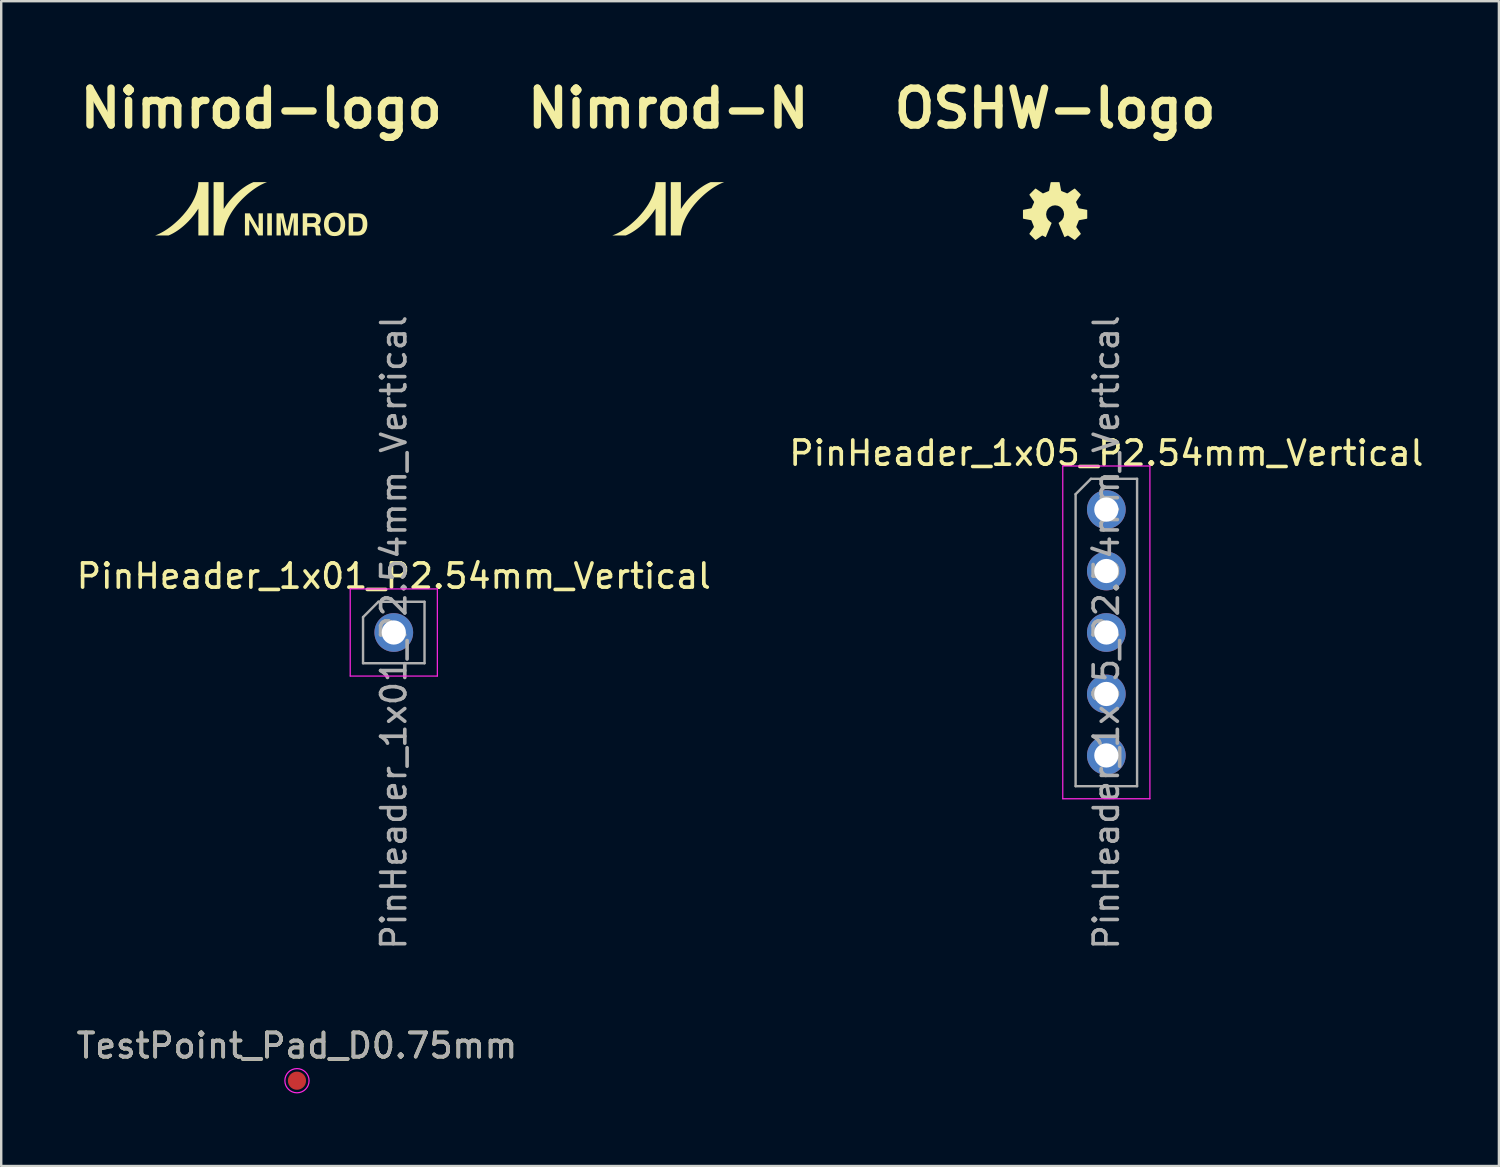
<source format=kicad_pcb>
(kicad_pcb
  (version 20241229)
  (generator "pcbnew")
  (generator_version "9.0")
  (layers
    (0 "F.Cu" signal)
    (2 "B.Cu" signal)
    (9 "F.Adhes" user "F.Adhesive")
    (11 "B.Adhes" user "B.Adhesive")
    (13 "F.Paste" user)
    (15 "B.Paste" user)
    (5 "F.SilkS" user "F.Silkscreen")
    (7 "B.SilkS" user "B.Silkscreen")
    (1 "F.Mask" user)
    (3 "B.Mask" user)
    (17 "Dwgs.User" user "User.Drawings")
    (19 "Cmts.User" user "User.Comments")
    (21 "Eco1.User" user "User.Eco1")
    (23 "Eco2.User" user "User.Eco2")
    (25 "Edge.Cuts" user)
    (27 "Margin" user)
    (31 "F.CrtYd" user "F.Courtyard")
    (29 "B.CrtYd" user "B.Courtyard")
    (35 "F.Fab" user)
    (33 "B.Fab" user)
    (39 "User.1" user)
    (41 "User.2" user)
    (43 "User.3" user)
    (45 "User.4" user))
  (footprint "PinHeader_1x01_P2.54mm_Vertical"
    (layer "F.Cu")
    (at 13.22 23.083)
    (property "Reference" "PinHeader_1x01_P2.54mm_Vertical" (at 0 -2.33 0) (layer "F.SilkS") (effects (font (size 1 1) (thickness 0.15))))
    (attr through_hole)
    (fp_line (start -1.8 -1.8) (end -1.8 1.8) (stroke (width 0.05) (type solid)) (layer "F.CrtYd"))
    (fp_line (start -1.8 1.8) (end 1.8 1.8) (stroke (width 0.05) (type solid)) (layer "F.CrtYd"))
    (fp_line (start 1.8 -1.8) (end -1.8 -1.8) (stroke (width 0.05) (type solid)) (layer "F.CrtYd"))
    (fp_line (start 1.8 1.8) (end 1.8 -1.8) (stroke (width 0.05) (type solid)) (layer "F.CrtYd"))
    (fp_line (start -1.27 -0.635) (end -0.635 -1.27) (stroke (width 0.1) (type solid)) (layer "F.Fab"))
    (fp_line (start -1.27 1.27) (end -1.27 -0.635) (stroke (width 0.1) (type solid)) (layer "F.Fab"))
    (fp_line (start -0.635 -1.27) (end 1.27 -1.27) (stroke (width 0.1) (type solid)) (layer "F.Fab"))
    (fp_line (start 1.27 -1.27) (end 1.27 1.27) (stroke (width 0.1) (type solid)) (layer "F.Fab"))
    (fp_line (start 1.27 1.27) (end -1.27 1.27) (stroke (width 0.1) (type solid)) (layer "F.Fab"))
    (fp_text user "${REFERENCE}" (at 0 0 90) (layer "F.Fab") (effects (font (size 1 1) (thickness 0.15))))
    (pad "1" thru_hole circle (at 0 0) (size 1.6 1.6) (drill 1) (layers "*.Cu" "*.Mask")))
  (footprint "PinHeader_1x05_P2.54mm_Vertical"
    (layer "F.Cu")
    (at 42.661 18.003)
    (property "Reference" "PinHeader_1x05_P2.54mm_Vertical" (at 0 -2.33 0) (layer "F.SilkS") (effects (font (size 1 1) (thickness 0.15))))
    (attr through_hole)
    (fp_line (start -1.8 -1.8) (end -1.8 11.95) (stroke (width 0.05) (type solid)) (layer "F.CrtYd"))
    (fp_line (start -1.8 11.95) (end 1.8 11.95) (stroke (width 0.05) (type solid)) (layer "F.CrtYd"))
    (fp_line (start 1.8 -1.8) (end -1.8 -1.8) (stroke (width 0.05) (type solid)) (layer "F.CrtYd"))
    (fp_line (start 1.8 11.95) (end 1.8 -1.8) (stroke (width 0.05) (type solid)) (layer "F.CrtYd"))
    (fp_line (start -1.27 -0.635) (end -0.635 -1.27) (stroke (width 0.1) (type solid)) (layer "F.Fab"))
    (fp_line (start -1.27 11.43) (end -1.27 -0.635) (stroke (width 0.1) (type solid)) (layer "F.Fab"))
    (fp_line (start -0.635 -1.27) (end 1.27 -1.27) (stroke (width 0.1) (type solid)) (layer "F.Fab"))
    (fp_line (start 1.27 -1.27) (end 1.27 11.43) (stroke (width 0.1) (type solid)) (layer "F.Fab"))
    (fp_line (start 1.27 11.43) (end -1.27 11.43) (stroke (width 0.1) (type solid)) (layer "F.Fab"))
    (fp_text user "${REFERENCE}" (at 0 5.08 90) (layer "F.Fab") (effects (font (size 1 1) (thickness 0.15))))
    (pad "1" thru_hole circle (at 0 0) (size 1.6 1.6) (drill 1) (layers "*.Cu" "*.Mask"))
    (pad "2" thru_hole circle (at 0 2.54) (size 1.6 1.6) (drill 1) (layers "*.Cu" "*.Mask"))
    (pad "3" thru_hole circle (at 0 5.08) (size 1.6 1.6) (drill 1) (layers "*.Cu" "*.Mask"))
    (pad "4" thru_hole circle (at 0 7.62) (size 1.6 1.6) (drill 1) (layers "*.Cu" "*.Mask"))
    (pad "5" thru_hole circle (at 0 10.16) (size 1.6 1.6) (drill 1) (layers "*.Cu" "*.Mask")))
  (footprint "TestPoint_Pad_D0.75mm"
    (layer "F.Cu")
    (at 9.22 41.602)
    (property "Reference" "TestPoint_Pad_D0.75mm" (at 0 -1.448 0) (layer "F.SilkS") (effects (font (size 1 1) (thickness 0.15))))
    (attr smd board_only exclude_from_pos_files exclude_from_bom)
    (fp_circle (center 0 0) (end 0.5 0) (stroke (width 0.05) (type solid)) (fill no) (layer "F.CrtYd"))
    (fp_text user "${REFERENCE}" (at 0 -1.45 0) (layer "F.Fab") (effects (font (size 1 1) (thickness 0.15))))
    (pad "1" smd circle (at 0 0) (size 0.75 0.75) (property pad_prop_testpoint) (layers "F.Cu" "F.Mask")))
  (footprint "Nimrod-logo"
    (layer "F.Cu")
    (at 7.743 5.589)
    (property "Reference" "Nimrod-logo" (at 0 -4.163 0) (layer "F.SilkS") (effects (font (size 1.524 1.524) (thickness 0.305))))
    (attr board_only exclude_from_pos_files exclude_from_bom allow_missing_courtyard)
    (fp_poly (pts (xy 0.25 0.175) (xy 0.25 1.089) (xy 0.439 1.089) (xy 0.439 0.175) (xy 0.25 0.175)) (stroke (width 0) (type solid)) (fill yes) (layer "F.SilkS"))
    (fp_poly (pts (xy -0.673 1.089) (xy -0.673 0.175) (xy -0.473 0.175) (xy -0.109 0.813) (xy -0.109 0.175) (xy 0.069 0.175) (xy 0.069 1.089) (xy -0.122 1.089) (xy -0.495 0.44) (xy -0.495 1.089) (xy -0.673 1.089)) (stroke (width 0) (type solid)) (fill yes) (layer "F.SilkS"))
    (fp_poly (pts (xy 1.076 0.894) (xy 1.241 0.175) (xy 1.516 0.175) (xy 1.516 1.089) (xy 1.338 1.089) (xy 1.338 0.471) (xy 1.338 0.396) (xy 1.339 0.322) (xy 1.166 1.089) (xy 0.98 1.089) (xy 0.809 0.322) (xy 0.809 0.396) (xy 0.81 0.471) (xy 0.81 1.089) (xy 0.632 1.089) (xy 0.632 0.175) (xy 0.91 0.175) (xy 1.076 0.894)) (stroke (width 0) (type solid)) (fill yes) (layer "F.SilkS"))
    (fp_poly (pts (xy 4.148 0.411) (xy 4.344 0.854) (xy 4.367 0.781) (xy 4.381 0.7) (xy 4.385 0.612) (xy 4.381 0.539) (xy 4.368 0.461) (xy 4.343 0.385) (xy 4.303 0.313) (xy 4.259 0.263) (xy 4.207 0.224) (xy 4.147 0.198) (xy 4.084 0.183) (xy 4.006 0.178) (xy 3.612 0.178) (xy 3.612 1.092) (xy 4.006 1.092) (xy 4.084 1.085) (xy 4.154 1.064) (xy 4.216 1.03) (xy 4.268 0.983) (xy 4.312 0.921) (xy 4.344 0.854) (xy 4.148 0.411) (xy 4.172 0.468) (xy 4.187 0.54) (xy 4.191 0.625) (xy 4.184 0.72) (xy 4.162 0.8) (xy 4.118 0.874) (xy 4.055 0.918) (xy 3.974 0.933) (xy 3.798 0.933) (xy 3.798 0.336) (xy 3.974 0.336) (xy 4.051 0.345) (xy 4.109 0.37) (xy 4.148 0.411)) (stroke (width 0) (type solid)) (fill yes) (layer "F.SilkS"))
    (fp_poly (pts (xy 2.216 0.35) (xy 1.715 0.175) (xy 1.715 1.089) (xy 1.901 1.089) (xy 1.901 0.731) (xy 2.098 0.731) (xy 2.169 0.738) (xy 2.214 0.76) (xy 2.237 0.804) (xy 2.245 0.876) (xy 2.247 0.961) (xy 2.255 1.04) (xy 2.267 1.089) (xy 2.477 1.089) (xy 2.477 1.066) (xy 2.443 1.014) (xy 2.438 0.929) (xy 2.438 0.868) (xy 2.431 0.784) (xy 2.411 0.725) (xy 2.376 0.683) (xy 2.322 0.653) (xy 2.387 0.617) (xy 2.43 0.564) (xy 2.455 0.5) (xy 2.463 0.436) (xy 2.459 0.385) (xy 2.446 0.339) (xy 2.399 0.263) (xy 2.359 0.226) (xy 2.311 0.199) (xy 2.248 0.182) (xy 2.163 0.175) (xy 1.715 0.175) (xy 2.216 0.35) (xy 2.258 0.392) (xy 2.272 0.462) (xy 2.257 0.526) (xy 2.214 0.565) (xy 2.174 0.576) (xy 2.118 0.579) (xy 1.901 0.579) (xy 1.901 0.334) (xy 2.123 0.334) (xy 2.178 0.338) (xy 2.216 0.35)) (stroke (width 0) (type solid)) (fill yes) (layer "F.SilkS"))
    (fp_poly (pts (xy 2.85 0.869) (xy 2.599 0.535) (xy 2.593 0.631) (xy 2.599 0.725) (xy 2.615 0.809) (xy 2.643 0.885) (xy 2.682 0.951) (xy 2.732 1.008) (xy 2.79 1.055) (xy 2.859 1.088) (xy 2.939 1.108) (xy 3.031 1.115) (xy 3.124 1.108) (xy 3.204 1.088) (xy 3.273 1.055) (xy 3.331 1.008) (xy 3.381 0.951) (xy 3.419 0.885) (xy 3.447 0.809) (xy 3.464 0.725) (xy 3.469 0.631) (xy 3.464 0.535) (xy 3.447 0.45) (xy 3.419 0.375) (xy 3.381 0.309) (xy 3.331 0.254) (xy 3.273 0.207) (xy 3.204 0.174) (xy 3.124 0.154) (xy 3.031 0.147) (xy 2.939 0.154) (xy 2.859 0.174) (xy 2.79 0.207) (xy 2.732 0.254) (xy 2.682 0.309) (xy 2.643 0.375) (xy 2.615 0.45) (xy 2.599 0.535) (xy 2.85 0.869) (xy 2.813 0.805) (xy 2.79 0.726) (xy 2.783 0.631) (xy 2.79 0.536) (xy 2.813 0.456) (xy 2.85 0.393) (xy 2.901 0.346) (xy 2.961 0.318) (xy 3.031 0.309) (xy 3.102 0.318) (xy 3.162 0.346) (xy 3.212 0.393) (xy 3.249 0.457) (xy 3.271 0.536) (xy 3.278 0.631) (xy 3.271 0.726) (xy 3.249 0.805) (xy 3.212 0.869) (xy 3.162 0.916) (xy 3.102 0.943) (xy 3.031 0.953) (xy 2.961 0.943) (xy 2.901 0.916) (xy 2.85 0.869)) (stroke (width 0) (type solid)) (fill yes) (layer "F.SilkS"))
    (fp_poly (pts (xy -2.597 -1.114) (xy -2.597 -1.106) (xy -2.6 -1.026) (xy -2.609 -0.945) (xy -2.622 -0.864) (xy -2.64 -0.783) (xy -2.663 -0.702) (xy -2.69 -0.621) (xy -2.721 -0.54) (xy -2.755 -0.46) (xy -2.794 -0.381) (xy -2.835 -0.302) (xy -2.88 -0.224) (xy -2.928 -0.147) (xy -2.979 -0.071) (xy -3.032 0.004) (xy -3.088 0.078) (xy -3.146 0.15) (xy -3.206 0.221) (xy -3.268 0.29) (xy -3.331 0.358) (xy -3.395 0.423) (xy -3.461 0.486) (xy -3.528 0.547) (xy -3.595 0.606) (xy -3.663 0.663) (xy -3.731 0.717) (xy -3.8 0.768) (xy -3.868 0.817) (xy -3.936 0.862) (xy -4.003 0.905) (xy -4.07 0.944) (xy -4.136 0.98) (xy -4.2 1.013) (xy -4.264 1.042) (xy -4.325 1.068) (xy -4.385 1.09) (xy -4.35 1.09) (xy -4.269 1.09) (xy -4.162 1.09) (xy -4.046 1.09) (xy -3.94 1.09) (xy -3.861 1.09) (xy -3.828 1.09) (xy -3.759 1.06) (xy -3.689 1.026) (xy -3.619 0.988) (xy -3.548 0.946) (xy -3.478 0.901) (xy -3.408 0.853) (xy -3.338 0.801) (xy -3.269 0.746) (xy -3.2 0.688) (xy -3.133 0.627) (xy -3.067 0.564) (xy -3.001 0.498) (xy -2.938 0.429) (xy -2.876 0.359) (xy -2.816 0.286) (xy -2.757 0.211) (xy -2.702 0.135) (xy -2.648 0.057) (xy -2.597 -0.022) (xy -2.597 1.089) (xy -2.18 1.089) (xy -2.178 -1.114) (xy -2.597 -1.114)) (stroke (width 0) (type solid)) (fill yes) (layer "F.SilkS"))
    (fp_poly (pts (xy -0.321 -1.114) (xy -0.391 -1.084) (xy -0.46 -1.05) (xy -0.531 -1.012) (xy -0.601 -0.971) (xy -0.671 -0.925) (xy -0.741 -0.877) (xy -0.811 -0.825) (xy -0.88 -0.77) (xy -0.948 -0.712) (xy -1.015 -0.651) (xy -1.081 -0.588) (xy -1.146 -0.522) (xy -1.21 -0.453) (xy -1.272 -0.383) (xy -1.332 -0.31) (xy -1.39 -0.236) (xy -1.446 -0.159) (xy -1.499 -0.081) (xy -1.55 -0.002) (xy -1.55 -1.113) (xy -1.968 -1.113) (xy -1.968 1.09) (xy -1.55 1.09) (xy -1.55 1.082) (xy -1.547 1.001) (xy -1.538 0.921) (xy -1.525 0.84) (xy -1.507 0.759) (xy -1.484 0.678) (xy -1.457 0.597) (xy -1.426 0.516) (xy -1.391 0.436) (xy -1.353 0.357) (xy -1.311 0.278) (xy -1.266 0.2) (xy -1.218 0.122) (xy -1.167 0.046) (xy -1.114 -0.029) (xy -1.058 -0.102) (xy -1 -0.175) (xy -0.94 -0.245) (xy -0.878 -0.314) (xy -0.815 -0.382) (xy -0.75 -0.447) (xy -0.684 -0.51) (xy -0.617 -0.572) (xy -0.55 -0.631) (xy -0.482 -0.687) (xy -0.413 -0.741) (xy -0.345 -0.792) (xy -0.277 -0.841) (xy -0.209 -0.886) (xy -0.141 -0.929) (xy -0.074 -0.968) (xy -0.008 -1.005) (xy 0.056 -1.037) (xy 0.12 -1.067) (xy 0.182 -1.092) (xy 0.242 -1.114) (xy 0.21 -1.114) (xy 0.13 -1.114) (xy 0.02 -1.114) (xy -0.1 -1.114) (xy -0.21 -1.114) (xy -0.29 -1.114) (xy -0.321 -1.114)) (stroke (width 0) (type solid)) (fill yes) (layer "F.SilkS")))
  (footprint "Nimrod-N"
    (layer "F.Cu")
    (at 24.561 5.577)
    (property "Reference" "Nimrod-N" (at 0 -4.151 0) (layer "F.SilkS") (effects (font (size 1.524 1.524) (thickness 0.305))))
    (attr board_only exclude_from_pos_files exclude_from_bom allow_missing_courtyard)
    (fp_poly (pts (xy -0.525 -1.102) (xy -0.525 -1.094) (xy -0.528 -1.014) (xy -0.537 -0.933) (xy -0.55 -0.852) (xy -0.569 -0.771) (xy -0.591 -0.69) (xy -0.618 -0.609) (xy -0.649 -0.528) (xy -0.684 -0.448) (xy -0.722 -0.369) (xy -0.764 -0.29) (xy -0.808 -0.212) (xy -0.856 -0.135) (xy -0.907 -0.059) (xy -0.961 0.016) (xy -1.016 0.09) (xy -1.074 0.162) (xy -1.134 0.233) (xy -1.196 0.302) (xy -1.259 0.37) (xy -1.323 0.435) (xy -1.389 0.498) (xy -1.456 0.559) (xy -1.523 0.618) (xy -1.591 0.675) (xy -1.659 0.729) (xy -1.728 0.78) (xy -1.796 0.829) (xy -1.864 0.874) (xy -1.931 0.917) (xy -1.998 0.956) (xy -2.064 0.992) (xy -2.128 1.025) (xy -2.192 1.054) (xy -2.254 1.08) (xy -2.314 1.102) (xy -2.278 1.102) (xy -2.197 1.102) (xy -2.09 1.102) (xy -1.975 1.102) (xy -1.868 1.102) (xy -1.789 1.102) (xy -1.756 1.102) (xy -1.687 1.072) (xy -1.617 1.038) (xy -1.547 1) (xy -1.476 0.958) (xy -1.406 0.913) (xy -1.336 0.865) (xy -1.266 0.813) (xy -1.197 0.758) (xy -1.129 0.7) (xy -1.061 0.639) (xy -0.995 0.576) (xy -0.93 0.51) (xy -0.866 0.441) (xy -0.804 0.371) (xy -0.744 0.298) (xy -0.686 0.223) (xy -0.63 0.147) (xy -0.576 0.069) (xy -0.525 -0.01) (xy -0.525 1.101) (xy -0.108 1.101) (xy -0.107 -1.102) (xy -0.525 -1.102)) (stroke (width 0) (type solid)) (fill yes) (layer "F.SilkS"))
    (fp_poly (pts (xy 1.751 -1.102) (xy 1.681 -1.072) (xy 1.611 -1.038) (xy 1.541 -1) (xy 1.471 -0.959) (xy 1.401 -0.913) (xy 1.331 -0.865) (xy 1.261 -0.813) (xy 1.192 -0.758) (xy 1.124 -0.7) (xy 1.057 -0.639) (xy 0.99 -0.576) (xy 0.925 -0.51) (xy 0.862 -0.441) (xy 0.8 -0.371) (xy 0.74 -0.298) (xy 0.682 -0.224) (xy 0.626 -0.147) (xy 0.573 -0.069) (xy 0.521 0.01) (xy 0.521 -1.101) (xy 0.104 -1.101) (xy 0.104 1.102) (xy 0.521 1.102) (xy 0.521 1.094) (xy 0.525 1.013) (xy 0.534 0.933) (xy 0.547 0.852) (xy 0.565 0.771) (xy 0.588 0.69) (xy 0.615 0.609) (xy 0.646 0.528) (xy 0.68 0.448) (xy 0.719 0.369) (xy 0.761 0.29) (xy 0.806 0.212) (xy 0.854 0.134) (xy 0.905 0.058) (xy 0.958 -0.017) (xy 1.014 -0.09) (xy 1.072 -0.163) (xy 1.132 -0.233) (xy 1.194 -0.302) (xy 1.257 -0.37) (xy 1.322 -0.435) (xy 1.388 -0.498) (xy 1.455 -0.56) (xy 1.522 -0.619) (xy 1.59 -0.675) (xy 1.658 -0.729) (xy 1.727 -0.78) (xy 1.795 -0.829) (xy 1.863 -0.874) (xy 1.931 -0.917) (xy 1.998 -0.956) (xy 2.063 -0.993) (xy 2.128 -1.025) (xy 2.192 -1.055) (xy 2.253 -1.08) (xy 2.313 -1.102) (xy 2.282 -1.102) (xy 2.202 -1.102) (xy 2.092 -1.102) (xy 1.972 -1.102) (xy 1.862 -1.102) (xy 1.781 -1.102) (xy 1.751 -1.102)) (stroke (width 0) (type solid)) (fill yes) (layer "F.SilkS")))
  (footprint "OSHW-logo"
    (layer "F.Cu")
    (at 40.544 5.671)
    (property "Reference" "OSHW-logo" (at 0 -4.245 0) (layer "F.SilkS") (effects (font (size 1.524 1.524) (thickness 0.305))))
    (attr board_only exclude_from_pos_files exclude_from_bom allow_missing_courtyard)
    (fp_poly (pts (xy 1.314 -0.053) (xy 0.988 -0.114) (xy 0.968 -0.131) (xy 0.868 -0.364) (xy 0.87 -0.389) (xy 1.06 -0.666) (xy 1.058 -0.689) (xy 0.821 -0.926) (xy 0.798 -0.928) (xy 0.516 -0.735) (xy 0.491 -0.733) (xy 0.265 -0.826) (xy 0.248 -0.845) (xy 0.185 -1.182) (xy 0.168 -1.197) (xy -0.168 -1.197) (xy -0.185 -1.182) (xy -0.248 -0.845) (xy -0.265 -0.826) (xy -0.491 -0.733) (xy -0.516 -0.735) (xy -0.798 -0.928) (xy -0.821 -0.926) (xy -1.058 -0.689) (xy -1.06 -0.666) (xy -0.87 -0.389) (xy -0.868 -0.364) (xy -0.968 -0.131) (xy -0.988 -0.114) (xy -1.314 -0.053) (xy -1.328 -0.036) (xy -1.328 0.3) (xy -1.314 0.317) (xy -0.996 0.376) (xy -0.977 0.393) (xy -0.878 0.641) (xy -0.879 0.667) (xy -1.06 0.93) (xy -1.058 0.953) (xy -0.821 1.19) (xy -0.798 1.192) (xy -0.539 1.014) (xy -0.515 1.014) (xy -0.4 1.074) (xy -0.382 1.068) (xy -0.146 0.499) (xy -0.153 0.478) (xy -0.182 0.46) (xy -0.2 0.447) (xy -0.29 0.365) (xy -0.35 0.259) (xy -0.371 0.134) (xy -0.352 0.016) (xy -0.3 -0.086) (xy -0.219 -0.166) (xy -0.117 -0.219) (xy -0.00001 -0.238) (xy 0.117 -0.219) (xy 0.219 -0.166) (xy 0.3 -0.086) (xy 0.352 0.016) (xy 0.371 0.134) (xy 0.35 0.259) (xy 0.29 0.365) (xy 0.2 0.447) (xy 0.182 0.46) (xy 0.153 0.478) (xy 0.146 0.499) (xy 0.382 1.068) (xy 0.4 1.074) (xy 0.515 1.014) (xy 0.539 1.014) (xy 0.798 1.192) (xy 0.821 1.19) (xy 1.058 0.953) (xy 1.06 0.93) (xy 0.879 0.667) (xy 0.878 0.641) (xy 0.977 0.393) (xy 0.996 0.376) (xy 1.314 0.317) (xy 1.328 0.3) (xy 1.328 -0.036) (xy 1.314 -0.053)) (stroke (width 0) (type solid)) (fill yes) (layer "F.SilkS")))
  (gr_rect
    (start -3 -3)
    (end 58.881 45.127)
    (stroke (width 0.1) (type default))
    (fill no)
    (layer "Edge.Cuts")))
</source>
